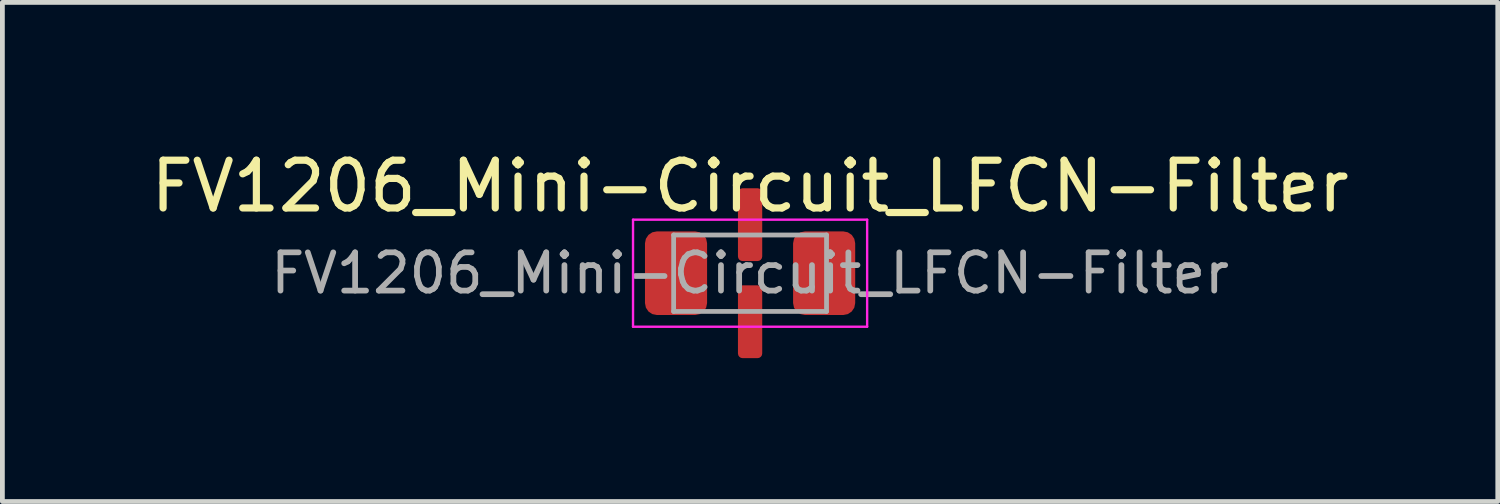
<source format=kicad_pcb>
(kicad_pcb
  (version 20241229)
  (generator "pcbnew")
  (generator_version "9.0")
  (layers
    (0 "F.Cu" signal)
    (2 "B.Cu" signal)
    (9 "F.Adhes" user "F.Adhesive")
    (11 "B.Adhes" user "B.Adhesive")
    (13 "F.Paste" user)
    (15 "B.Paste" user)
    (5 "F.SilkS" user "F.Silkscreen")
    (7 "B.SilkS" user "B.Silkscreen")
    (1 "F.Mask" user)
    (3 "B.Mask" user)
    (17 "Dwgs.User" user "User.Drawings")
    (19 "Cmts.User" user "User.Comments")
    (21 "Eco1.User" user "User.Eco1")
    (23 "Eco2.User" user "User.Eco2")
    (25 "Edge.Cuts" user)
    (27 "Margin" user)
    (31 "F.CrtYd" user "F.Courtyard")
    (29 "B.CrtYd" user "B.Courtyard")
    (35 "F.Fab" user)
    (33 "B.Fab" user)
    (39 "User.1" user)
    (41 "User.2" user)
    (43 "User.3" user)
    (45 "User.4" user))
  (footprint "FV1206_Mini-Circuit_LFCN-Filter"
    (layer "F.Cu")
    (at 12.649 2.668)
    (property "Reference" "FV1206_Mini-Circuit_LFCN-Filter" (at 0 -1.82 0) (layer "F.SilkS") (effects (font (size 1 1) (thickness 0.15))))
    (attr smd)
    (fp_line (start -2.45 -1.12) (end 2.45 -1.12) (stroke (width 0.05) (type solid)) (layer "F.CrtYd"))
    (fp_line (start -2.45 1.12) (end -2.45 -1.12) (stroke (width 0.05) (type solid)) (layer "F.CrtYd"))
    (fp_line (start 2.45 -1.12) (end 2.45 1.12) (stroke (width 0.05) (type solid)) (layer "F.CrtYd"))
    (fp_line (start 2.45 1.12) (end -2.45 1.12) (stroke (width 0.05) (type solid)) (layer "F.CrtYd"))
    (fp_line (start -1.6 -0.8) (end 1.6 -0.8) (stroke (width 0.1) (type solid)) (layer "F.Fab"))
    (fp_line (start -1.6 0.8) (end -1.6 -0.8) (stroke (width 0.1) (type solid)) (layer "F.Fab"))
    (fp_line (start 1.6 -0.8) (end 1.6 0.8) (stroke (width 0.1) (type solid)) (layer "F.Fab"))
    (fp_line (start 1.6 0.8) (end -1.6 0.8) (stroke (width 0.1) (type solid)) (layer "F.Fab"))
    (fp_text user "${REFERENCE}" (at 0 0 0) (layer "F.Fab") (effects (font (size 0.8 0.8) (thickness 0.12))))
    (pad "1" smd roundrect (at -1.55 0) (size 1.3 1.75) (layers "F.Cu" "F.Mask" "F.Paste") (roundrect_rratio 0.192))
    (pad "2" smd roundrect (at 0 -1.016) (size 0.508 1.524) (layers "F.Cu" "F.Mask" "F.Paste") (roundrect_rratio 0.192))
    (pad "2" smd roundrect (at 0 1.016) (size 0.508 1.524) (layers "F.Cu" "F.Mask" "F.Paste") (roundrect_rratio 0.192))
    (pad "3" smd roundrect (at 1.55 0) (size 1.3 1.75) (layers "F.Cu" "F.Mask" "F.Paste") (roundrect_rratio 0.192)))
  (gr_rect
    (start -3 -3)
    (end 28.298 7.446)
    (stroke (width 0.1) (type default))
    (fill no)
    (layer "Edge.Cuts")))
</source>
